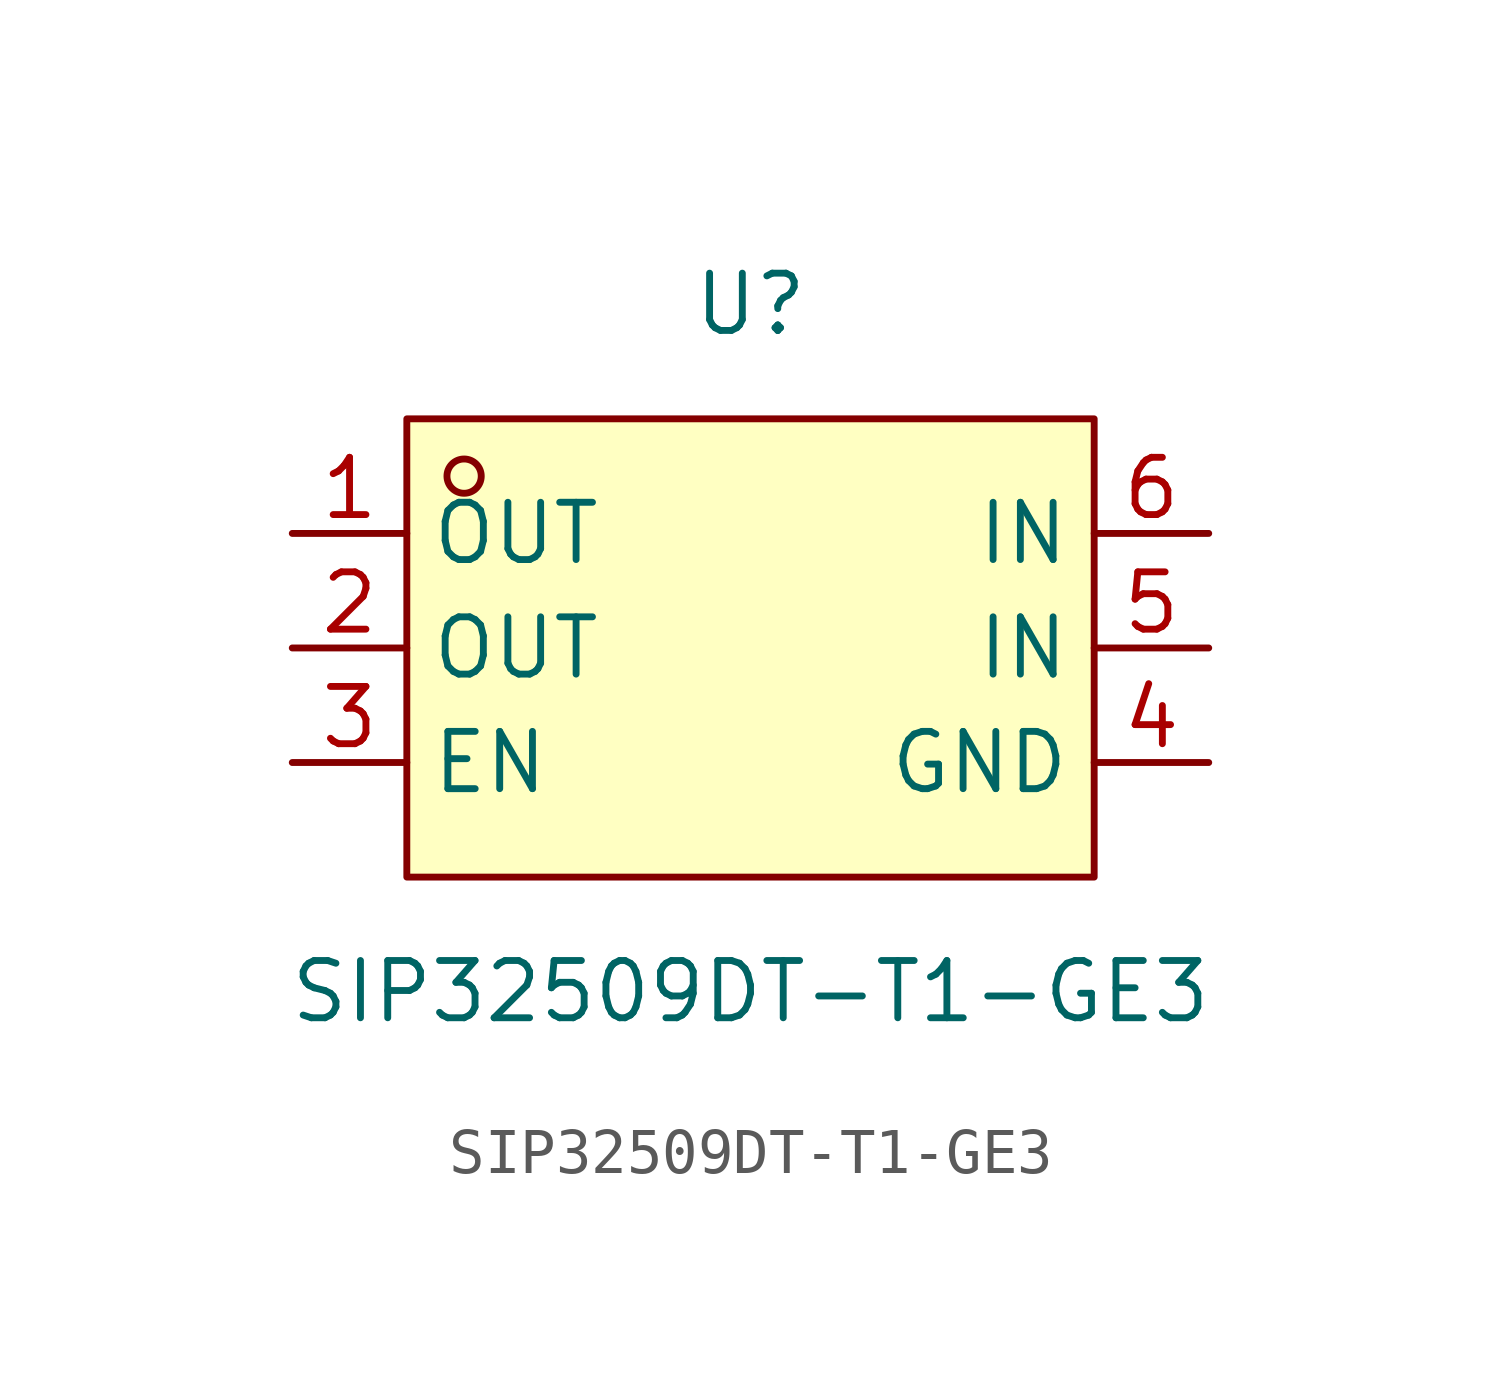
<source format=kicad_sym>
(kicad_symbol_lib
  (version 20211014)
  (generator https://github.com/uPesy/easyeda2kicad.py)
  (symbol "SIP32509DT-T1-GE3"
    (property "Reference" "U"
      (at 0 7.62 0)
      (effects (font (size 1.27 1.27))))
    (property "Value" "SIP32509DT-T1-GE3"
      (at 0 -7.62 0)
      (effects (font (size 1.27 1.27))))
    (symbol "SIP32509DT-T1-GE3_0_1"
      (rectangle (start -7.62 5.08) (end 7.62 -5.08) (stroke (width 0) (type default) (color 0 0 0 0)) (fill (type background)))
      (circle (center -6.35 3.81) (radius 0.38) (stroke (width 0) (type default) (color 0 0 0 0)) (fill (type none)))
      (pin unspecified line (at -10.16 2.54 0) (length 2.54) (name "OUT" (effects (font (size 1.27 1.27)))) (number "1" (effects (font (size 1.27 1.27)))))
      (pin unspecified line (at -10.16 -0.00 0) (length 2.54) (name "OUT" (effects (font (size 1.27 1.27)))) (number "2" (effects (font (size 1.27 1.27)))))
      (pin unspecified line (at -10.16 -2.54 0) (length 2.54) (name "EN" (effects (font (size 1.27 1.27)))) (number "3" (effects (font (size 1.27 1.27)))))
      (pin unspecified line (at 10.16 -2.54 180) (length 2.54) (name "GND" (effects (font (size 1.27 1.27)))) (number "4" (effects (font (size 1.27 1.27)))))
      (pin unspecified line (at 10.16 -0.00 180) (length 2.54) (name "IN" (effects (font (size 1.27 1.27)))) (number "5" (effects (font (size 1.27 1.27)))))
      (pin unspecified line (at 10.16 2.54 180) (length 2.54) (name "IN" (effects (font (size 1.27 1.27)))) (number "6" (effects (font (size 1.27 1.27))))))))
</source>
